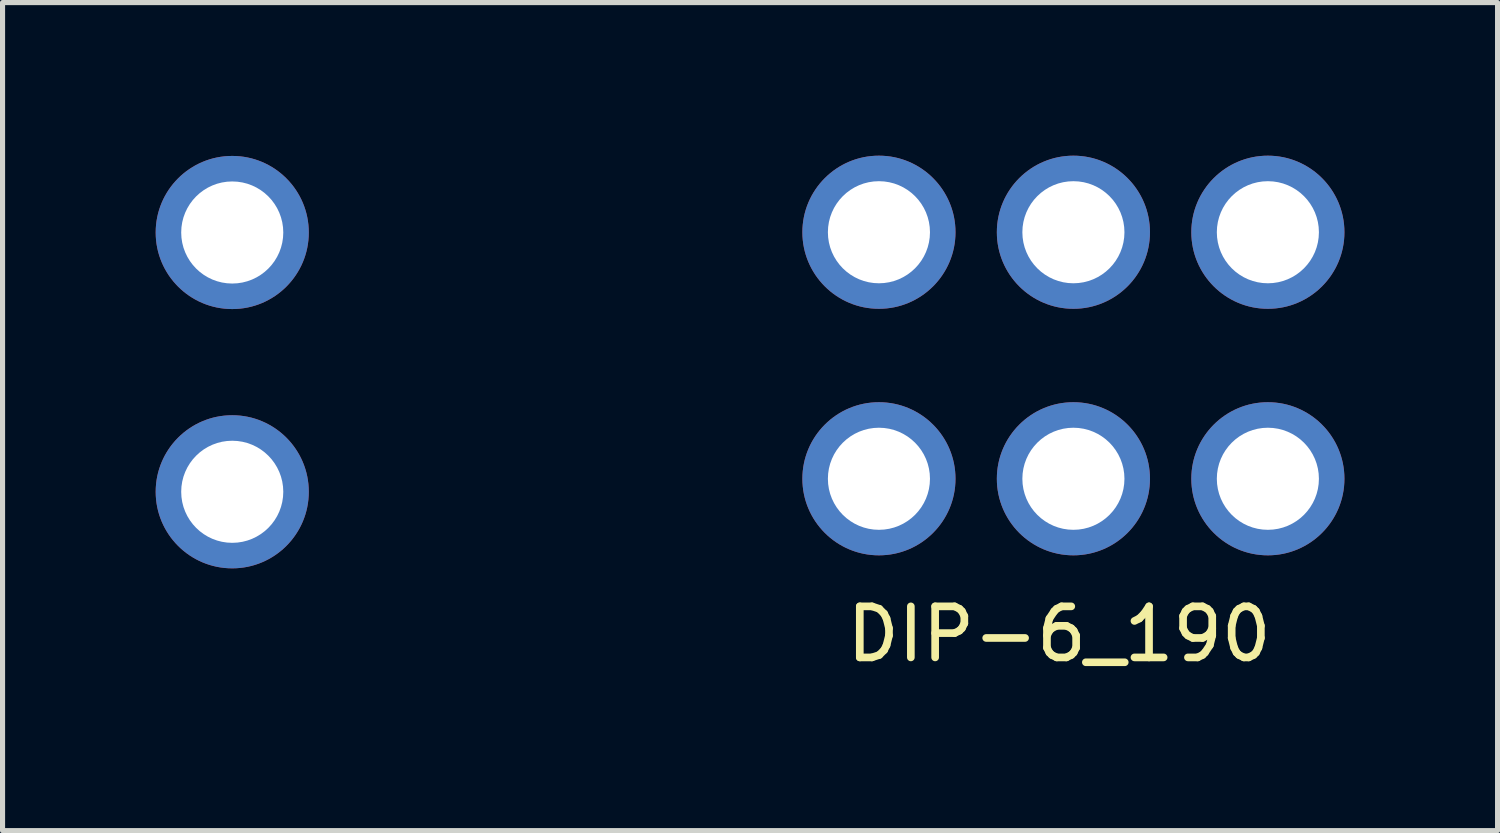
<source format=kicad_pcb>
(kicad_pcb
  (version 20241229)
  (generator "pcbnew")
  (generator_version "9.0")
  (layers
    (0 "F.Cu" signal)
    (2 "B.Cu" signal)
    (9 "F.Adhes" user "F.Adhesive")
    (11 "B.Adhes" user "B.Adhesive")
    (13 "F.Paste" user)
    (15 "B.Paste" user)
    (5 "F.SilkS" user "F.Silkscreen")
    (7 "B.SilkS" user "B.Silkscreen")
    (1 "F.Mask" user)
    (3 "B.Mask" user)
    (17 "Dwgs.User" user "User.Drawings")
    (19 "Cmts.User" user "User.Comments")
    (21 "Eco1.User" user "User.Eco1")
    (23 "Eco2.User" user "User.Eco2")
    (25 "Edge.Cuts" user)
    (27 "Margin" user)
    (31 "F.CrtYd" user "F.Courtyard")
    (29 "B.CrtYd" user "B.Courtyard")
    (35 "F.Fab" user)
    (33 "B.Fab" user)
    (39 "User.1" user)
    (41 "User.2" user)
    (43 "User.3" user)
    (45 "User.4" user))
  (footprint "DIP-6_190"
    (layer "F.Cu")
    (at 17.98 3.915)
    (property "Reference" "DIP-6_190" (at -0.28 5.46 180) (layer "F.SilkS") (effects (font (size 1 1) (thickness 0.15))))
    (attr through_hole)
    (pad "" thru_hole circle (at -16.48 -2.41) (size 3 3) (drill 2) (layers "*.Cu" "*.Mask"))
    (pad "" thru_hole circle (at -16.48 2.67) (size 3 3) (drill 2) (layers "*.Cu" "*.Mask"))
    (pad "1" thru_hole circle (at -3.81 -2.415) (size 3 3) (drill 2) (layers "*.Cu" "*.Mask"))
    (pad "2" thru_hole circle (at 0 -2.415) (size 3 3) (drill 2) (layers "*.Cu" "*.Mask"))
    (pad "3" thru_hole circle (at 3.81 -2.415) (size 3 3) (drill 2) (layers "*.Cu" "*.Mask"))
    (pad "4" thru_hole circle (at -3.81 2.415) (size 3 3) (drill 2) (layers "*.Cu" "*.Mask"))
    (pad "5" thru_hole circle (at 0 2.415) (size 3 3) (drill 2) (layers "*.Cu" "*.Mask"))
    (pad "6" thru_hole circle (at 3.81 2.415) (size 3 3) (drill 2) (layers "*.Cu" "*.Mask")))
  (gr_rect
    (start -3 -3)
    (end 26.29 13.223)
    (stroke (width 0.1) (type default))
    (fill no)
    (layer "Edge.Cuts")))
</source>
